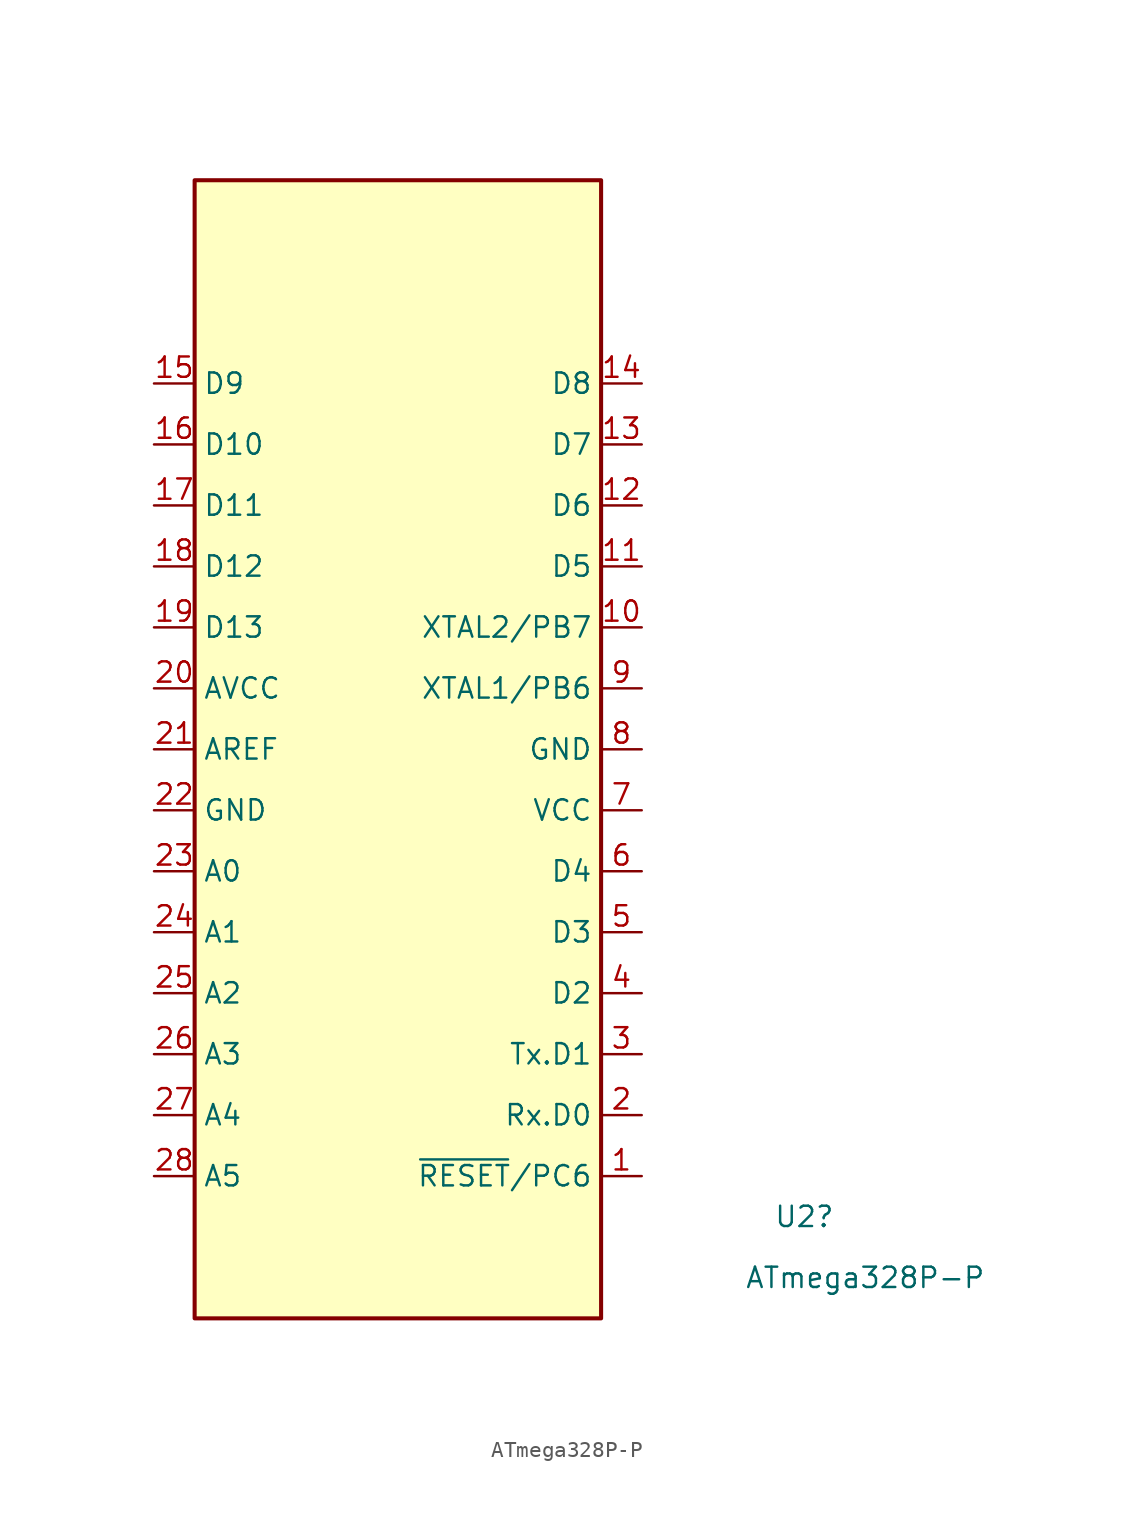
<source format=kicad_sym>
(kicad_symbol_lib
  (version 20220914)
  (generator kicad_symbol_editor)
  (symbol "ATmega328P-P"
    (property "Reference" "U2"
      (at 25.4 -29.21 0)
      (effects (font (size 1.27 1.27))))
    (property "Value" "ATmega328P-P"
      (at 29.21 -33.02 0)
      (effects (font (size 1.27 1.27))))
    (symbol "ATmega328P-P_0_1"
      (rectangle (start -12.7 35.56) (end 12.7 -35.56) (stroke (width 0.254) (type default)) (fill (type background))))
    (symbol "ATmega328P-P_1_1"
      (pin bidirectional line (at 15.24 -26.67 180) (length 2.54) (name "~{RESET}/PC6" (effects (font (size 1.27 1.27)))) (number "1" (effects (font (size 1.27 1.27)))))
      (pin bidirectional line (at 15.24 7.62 180) (length 2.54) (name "XTAL2/PB7" (effects (font (size 1.27 1.27)))) (number "10" (effects (font (size 1.27 1.27)))))
      (pin bidirectional line (at 15.24 11.43 180) (length 2.54) (name "D5" (effects (font (size 1.27 1.27)))) (number "11" (effects (font (size 1.27 1.27)))))
      (pin bidirectional line (at 15.24 15.24 180) (length 2.54) (name "D6" (effects (font (size 1.27 1.27)))) (number "12" (effects (font (size 1.27 1.27)))))
      (pin bidirectional line (at 15.24 19.05 180) (length 2.54) (name "D7" (effects (font (size 1.27 1.27)))) (number "13" (effects (font (size 1.27 1.27)))))
      (pin bidirectional line (at 15.24 22.86 180) (length 2.54) (name "D8" (effects (font (size 1.27 1.27)))) (number "14" (effects (font (size 1.27 1.27)))))
      (pin bidirectional line (at -15.24 22.86 0) (length 2.54) (name "D9" (effects (font (size 1.27 1.27)))) (number "15" (effects (font (size 1.27 1.27)))))
      (pin bidirectional line (at -15.24 19.05 0) (length 2.54) (name "D10" (effects (font (size 1.27 1.27)))) (number "16" (effects (font (size 1.27 1.27)))))
      (pin bidirectional line (at -15.24 15.24 0) (length 2.54) (name "D11" (effects (font (size 1.27 1.27)))) (number "17" (effects (font (size 1.27 1.27)))))
      (pin bidirectional line (at -15.24 11.43 0) (length 2.54) (name "D12" (effects (font (size 1.27 1.27)))) (number "18" (effects (font (size 1.27 1.27)))))
      (pin bidirectional line (at -15.24 7.62 0) (length 2.54) (name "D13" (effects (font (size 1.27 1.27)))) (number "19" (effects (font (size 1.27 1.27)))))
      (pin bidirectional line (at 15.24 -22.86 180) (length 2.54) (name "Rx.D0" (effects (font (size 1.27 1.27)))) (number "2" (effects (font (size 1.27 1.27)))))
      (pin power_in line (at -15.24 3.81 0) (length 2.54) (name "AVCC" (effects (font (size 1.27 1.27)))) (number "20" (effects (font (size 1.27 1.27)))))
      (pin passive line (at -15.24 0 0) (length 2.54) (name "AREF" (effects (font (size 1.27 1.27)))) (number "21" (effects (font (size 1.27 1.27)))))
      (pin passive line (at -15.24 -3.81 0) (length 2.54) (name "GND" (effects (font (size 1.27 1.27)))) (number "22" (effects (font (size 1.27 1.27)))))
      (pin bidirectional line (at -15.24 -7.62 0) (length 2.54) (name "A0" (effects (font (size 1.27 1.27)))) (number "23" (effects (font (size 1.27 1.27)))))
      (pin bidirectional line (at -15.24 -11.43 0) (length 2.54) (name "A1" (effects (font (size 1.27 1.27)))) (number "24" (effects (font (size 1.27 1.27)))))
      (pin bidirectional line (at -15.24 -15.24 0) (length 2.54) (name "A2" (effects (font (size 1.27 1.27)))) (number "25" (effects (font (size 1.27 1.27)))))
      (pin bidirectional line (at -15.24 -19.05 0) (length 2.54) (name "A3" (effects (font (size 1.27 1.27)))) (number "26" (effects (font (size 1.27 1.27)))))
      (pin bidirectional line (at -15.24 -22.86 0) (length 2.54) (name "A4" (effects (font (size 1.27 1.27)))) (number "27" (effects (font (size 1.27 1.27)))))
      (pin bidirectional line (at -15.24 -26.67 0) (length 2.54) (name "A5" (effects (font (size 1.27 1.27)))) (number "28" (effects (font (size 1.27 1.27)))))
      (pin bidirectional line (at 15.24 -19.05 180) (length 2.54) (name "Tx.D1" (effects (font (size 1.27 1.27)))) (number "3" (effects (font (size 1.27 1.27)))))
      (pin bidirectional line (at 15.24 -15.24 180) (length 2.54) (name "D2" (effects (font (size 1.27 1.27)))) (number "4" (effects (font (size 1.27 1.27)))))
      (pin bidirectional line (at 15.24 -11.43 180) (length 2.54) (name "D3" (effects (font (size 1.27 1.27)))) (number "5" (effects (font (size 1.27 1.27)))))
      (pin bidirectional line (at 15.24 -7.62 180) (length 2.54) (name "D4" (effects (font (size 1.27 1.27)))) (number "6" (effects (font (size 1.27 1.27)))))
      (pin power_in line (at 15.24 -3.81 180) (length 2.54) (name "VCC" (effects (font (size 1.27 1.27)))) (number "7" (effects (font (size 1.27 1.27)))))
      (pin power_in line (at 15.24 0 180) (length 2.54) (name "GND" (effects (font (size 1.27 1.27)))) (number "8" (effects (font (size 1.27 1.27)))))
      (pin bidirectional line (at 15.24 3.81 180) (length 2.54) (name "XTAL1/PB6" (effects (font (size 1.27 1.27)))) (number "9" (effects (font (size 1.27 1.27))))))))
</source>
